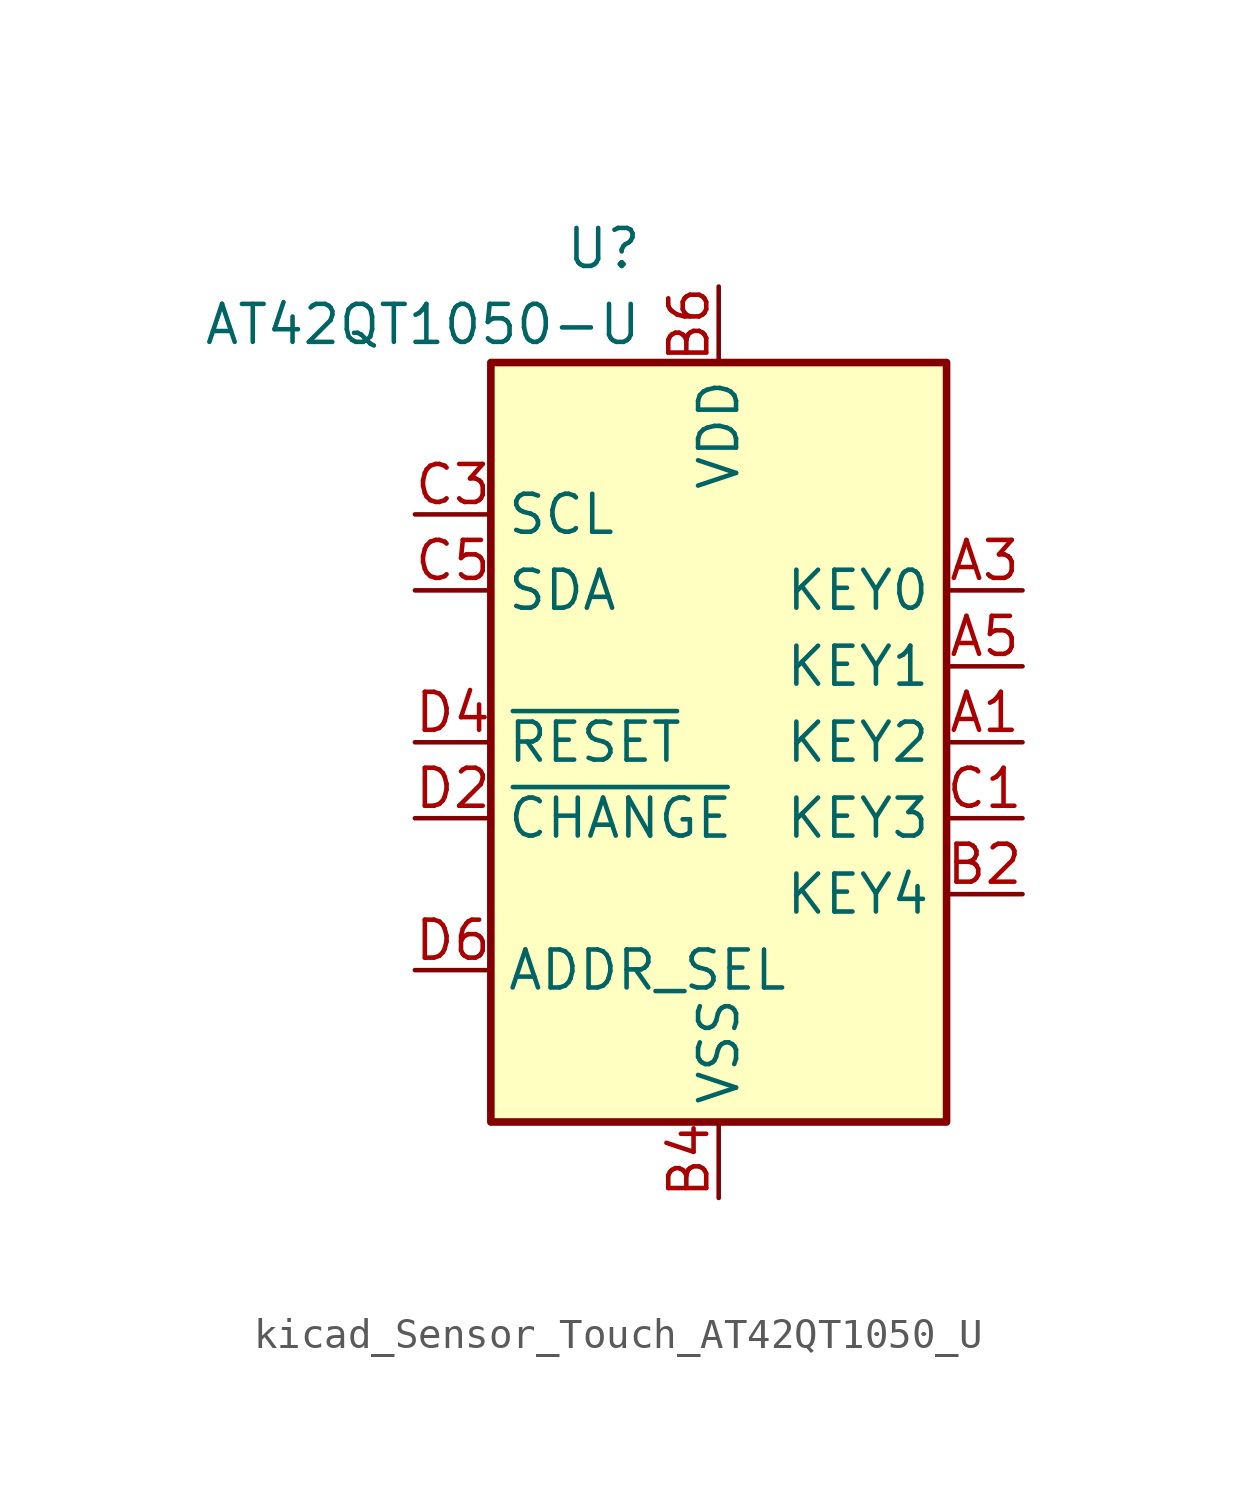
<source format=kicad_sym>
(kicad_symbol_lib
  (version 20220914)
  (generator kicad_symbol_editor)
  (symbol "kicad_Sensor_Touch_AT42QT1050_U"
    (property "Reference" "U"
      (at -2.54 16.51 0)
      (effects (font (size 1.27 1.27)) (justify right)))
    (property "Value" "AT42QT1050-U"
      (at -2.54 13.97 0)
      (effects (font (size 1.27 1.27)) (justify right)))
    (symbol "kicad_Sensor_Touch_AT42QT1050_U_0_1"
      (rectangle (start -7.62 12.7) (end 7.62 -12.7) (stroke (width 0.254) (type default)) (fill (type background))))
    (symbol "kicad_Sensor_Touch_AT42QT1050_U_1_1"
      (pin passive line (at 10.16 0 180) (length 2.54) (name "KEY2" (effects (font (size 1.27 1.27)))) (number "A1" (effects (font (size 1.27 1.27)))))
      (pin passive line (at 10.16 5.08 180) (length 2.54) (name "KEY0" (effects (font (size 1.27 1.27)))) (number "A3" (effects (font (size 1.27 1.27)))))
      (pin passive line (at 10.16 2.54 180) (length 2.54) (name "KEY1" (effects (font (size 1.27 1.27)))) (number "A5" (effects (font (size 1.27 1.27)))))
      (pin passive line (at 10.16 -5.08 180) (length 2.54) (name "KEY4" (effects (font (size 1.27 1.27)))) (number "B2" (effects (font (size 1.27 1.27)))))
      (pin power_in line (at 0 -15.24 90) (length 2.54) (name "VSS" (effects (font (size 1.27 1.27)))) (number "B4" (effects (font (size 1.27 1.27)))))
      (pin power_in line (at 0 15.24 270) (length 2.54) (name "VDD" (effects (font (size 1.27 1.27)))) (number "B6" (effects (font (size 1.27 1.27)))))
      (pin passive line (at 10.16 -2.54 180) (length 2.54) (name "KEY3" (effects (font (size 1.27 1.27)))) (number "C1" (effects (font (size 1.27 1.27)))))
      (pin input line (at -10.16 7.62 0) (length 2.54) (name "SCL" (effects (font (size 1.27 1.27)))) (number "C3" (effects (font (size 1.27 1.27)))))
      (pin bidirectional line (at -10.16 5.08 0) (length 2.54) (name "SDA" (effects (font (size 1.27 1.27)))) (number "C5" (effects (font (size 1.27 1.27)))))
      (pin open_collector line (at -10.16 -2.54 0) (length 2.54) (name "~{CHANGE}" (effects (font (size 1.27 1.27)))) (number "D2" (effects (font (size 1.27 1.27)))))
      (pin input line (at -10.16 0 0) (length 2.54) (name "~{RESET}" (effects (font (size 1.27 1.27)))) (number "D4" (effects (font (size 1.27 1.27)))))
      (pin input line (at -10.16 -7.62 0) (length 2.54) (name "ADDR_SEL" (effects (font (size 1.27 1.27)))) (number "D6" (effects (font (size 1.27 1.27))))))))
</source>
